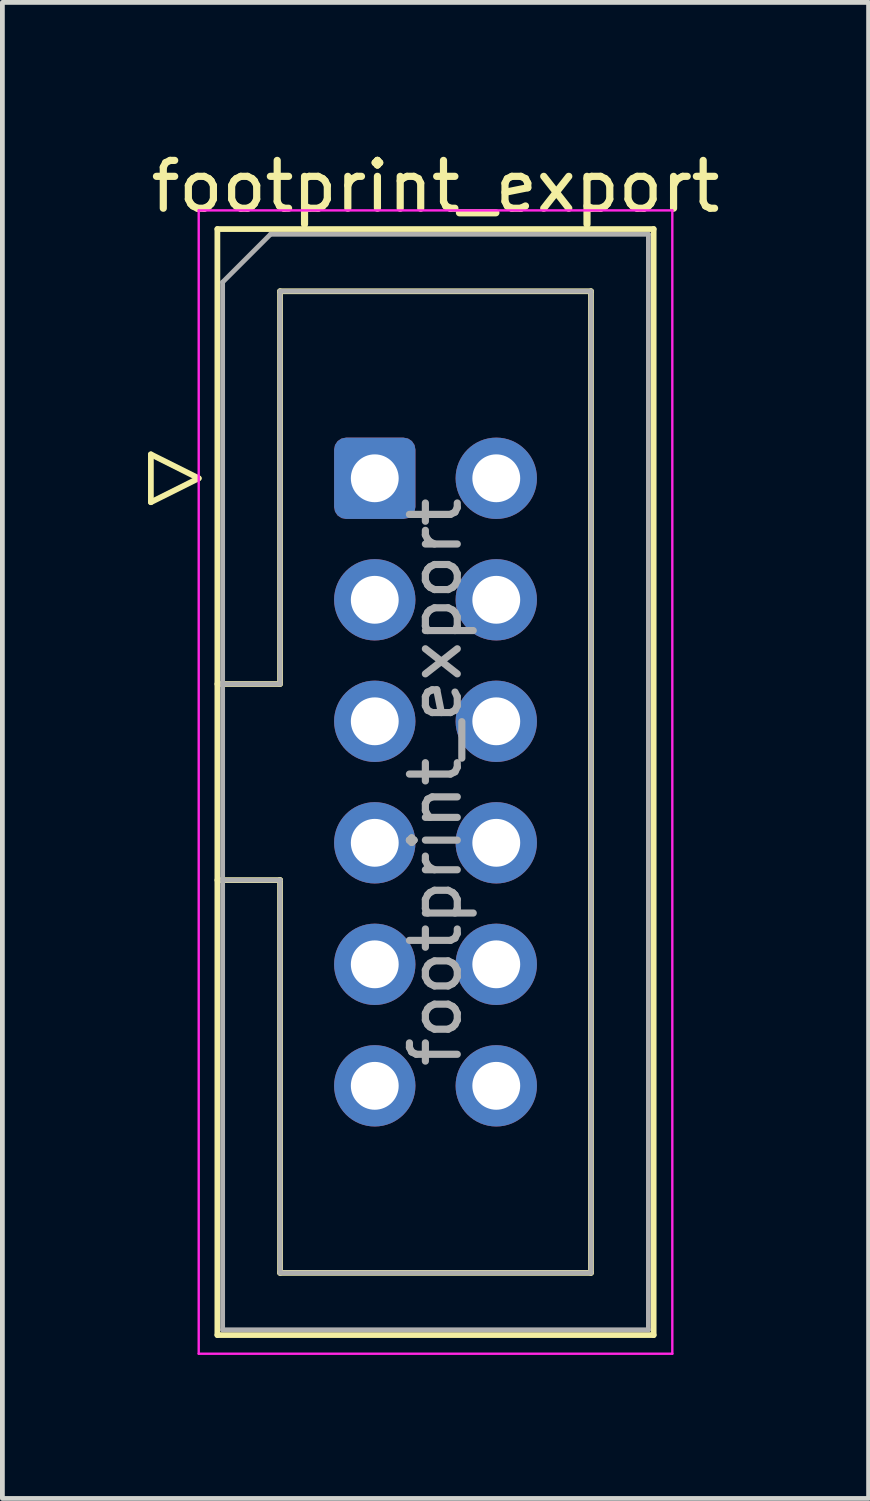
<source format=kicad_pcb>
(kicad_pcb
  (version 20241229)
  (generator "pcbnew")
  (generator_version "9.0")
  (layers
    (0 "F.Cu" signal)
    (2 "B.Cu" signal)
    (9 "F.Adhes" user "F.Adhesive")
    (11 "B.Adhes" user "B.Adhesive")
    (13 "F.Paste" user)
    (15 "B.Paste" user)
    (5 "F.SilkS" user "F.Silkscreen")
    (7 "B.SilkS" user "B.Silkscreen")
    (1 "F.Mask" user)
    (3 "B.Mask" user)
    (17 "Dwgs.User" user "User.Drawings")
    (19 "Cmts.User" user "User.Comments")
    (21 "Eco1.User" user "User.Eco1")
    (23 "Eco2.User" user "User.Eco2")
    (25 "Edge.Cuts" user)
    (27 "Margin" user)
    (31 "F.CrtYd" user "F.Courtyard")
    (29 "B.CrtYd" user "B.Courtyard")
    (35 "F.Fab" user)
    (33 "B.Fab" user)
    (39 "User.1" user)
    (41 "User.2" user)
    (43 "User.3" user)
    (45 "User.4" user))
  (footprint "footprint_export"
    (layer "F.Cu")
    (at 4.784 6.948)
    (property "Reference" "footprint_export" (at 1.27 -6.1 0) (layer "F.SilkS") (effects (font (size 1 1) (thickness 0.15))))
    (attr through_hole)
    (fp_line (start -4.68 -0.5) (end -4.68 0.5) (stroke (width 0.12) (type solid)) (layer "F.SilkS"))
    (fp_line (start -4.68 0.5) (end -3.68 0) (stroke (width 0.12) (type solid)) (layer "F.SilkS"))
    (fp_line (start -3.68 0) (end -4.68 -0.5) (stroke (width 0.12) (type solid)) (layer "F.SilkS"))
    (fp_line (start -3.29 -5.21) (end 5.83 -5.21) (stroke (width 0.12) (type solid)) (layer "F.SilkS"))
    (fp_line (start -3.29 4.3) (end -1.98 4.3) (stroke (width 0.12) (type solid)) (layer "F.SilkS"))
    (fp_line (start -3.29 17.91) (end -3.29 -5.21) (stroke (width 0.12) (type solid)) (layer "F.SilkS"))
    (fp_line (start -1.98 -3.91) (end 4.52 -3.91) (stroke (width 0.12) (type solid)) (layer "F.SilkS"))
    (fp_line (start -1.98 4.3) (end -1.98 -3.91) (stroke (width 0.12) (type solid)) (layer "F.SilkS"))
    (fp_line (start -1.98 8.4) (end -3.29 8.4) (stroke (width 0.12) (type solid)) (layer "F.SilkS"))
    (fp_line (start -1.98 8.4) (end -1.98 8.4) (stroke (width 0.12) (type solid)) (layer "F.SilkS"))
    (fp_line (start -1.98 16.61) (end -1.98 8.4) (stroke (width 0.12) (type solid)) (layer "F.SilkS"))
    (fp_line (start 4.52 -3.91) (end 4.52 16.61) (stroke (width 0.12) (type solid)) (layer "F.SilkS"))
    (fp_line (start 4.52 16.61) (end -1.98 16.61) (stroke (width 0.12) (type solid)) (layer "F.SilkS"))
    (fp_line (start 5.83 -5.21) (end 5.83 17.91) (stroke (width 0.12) (type solid)) (layer "F.SilkS"))
    (fp_line (start 5.83 17.91) (end -3.29 17.91) (stroke (width 0.12) (type solid)) (layer "F.SilkS"))
    (fp_line (start -3.68 -5.6) (end -3.68 18.3) (stroke (width 0.05) (type solid)) (layer "F.CrtYd"))
    (fp_line (start -3.68 18.3) (end 6.22 18.3) (stroke (width 0.05) (type solid)) (layer "F.CrtYd"))
    (fp_line (start 6.22 -5.6) (end -3.68 -5.6) (stroke (width 0.05) (type solid)) (layer "F.CrtYd"))
    (fp_line (start 6.22 18.3) (end 6.22 -5.6) (stroke (width 0.05) (type solid)) (layer "F.CrtYd"))
    (fp_line (start -3.18 -4.1) (end -2.18 -5.1) (stroke (width 0.1) (type solid)) (layer "F.Fab"))
    (fp_line (start -3.18 4.3) (end -1.98 4.3) (stroke (width 0.1) (type solid)) (layer "F.Fab"))
    (fp_line (start -3.18 17.8) (end -3.18 -4.1) (stroke (width 0.1) (type solid)) (layer "F.Fab"))
    (fp_line (start -2.18 -5.1) (end 5.72 -5.1) (stroke (width 0.1) (type solid)) (layer "F.Fab"))
    (fp_line (start -1.98 -3.91) (end 4.52 -3.91) (stroke (width 0.1) (type solid)) (layer "F.Fab"))
    (fp_line (start -1.98 4.3) (end -1.98 -3.91) (stroke (width 0.1) (type solid)) (layer "F.Fab"))
    (fp_line (start -1.98 8.4) (end -3.18 8.4) (stroke (width 0.1) (type solid)) (layer "F.Fab"))
    (fp_line (start -1.98 8.4) (end -1.98 8.4) (stroke (width 0.1) (type solid)) (layer "F.Fab"))
    (fp_line (start -1.98 16.61) (end -1.98 8.4) (stroke (width 0.1) (type solid)) (layer "F.Fab"))
    (fp_line (start 4.52 -3.91) (end 4.52 16.61) (stroke (width 0.1) (type solid)) (layer "F.Fab"))
    (fp_line (start 4.52 16.61) (end -1.98 16.61) (stroke (width 0.1) (type solid)) (layer "F.Fab"))
    (fp_line (start 5.72 -5.1) (end 5.72 17.8) (stroke (width 0.1) (type solid)) (layer "F.Fab"))
    (fp_line (start 5.72 17.8) (end -3.18 17.8) (stroke (width 0.1) (type solid)) (layer "F.Fab"))
    (fp_text user "${REFERENCE}" (at 1.27 6.35 90) (layer "F.Fab") (effects (font (size 1 1) (thickness 0.15))))
    (pad "1" thru_hole roundrect (at 0 0) (size 1.7 1.7) (drill 1) (layers "*.Cu" "*.Mask") (roundrect_rratio 0.147))
    (pad "2" thru_hole circle (at 2.54 0) (size 1.7 1.7) (drill 1) (layers "*.Cu" "*.Mask"))
    (pad "3" thru_hole circle (at 0 2.54) (size 1.7 1.7) (drill 1) (layers "*.Cu" "*.Mask"))
    (pad "4" thru_hole circle (at 2.54 2.54) (size 1.7 1.7) (drill 1) (layers "*.Cu" "*.Mask"))
    (pad "5" thru_hole circle (at 0 5.08) (size 1.7 1.7) (drill 1) (layers "*.Cu" "*.Mask"))
    (pad "6" thru_hole circle (at 2.54 5.08) (size 1.7 1.7) (drill 1) (layers "*.Cu" "*.Mask"))
    (pad "7" thru_hole circle (at 0 7.62) (size 1.7 1.7) (drill 1) (layers "*.Cu" "*.Mask"))
    (pad "8" thru_hole circle (at 2.54 7.62) (size 1.7 1.7) (drill 1) (layers "*.Cu" "*.Mask"))
    (pad "9" thru_hole circle (at 0 10.16) (size 1.7 1.7) (drill 1) (layers "*.Cu" "*.Mask"))
    (pad "10" thru_hole circle (at 2.54 10.16) (size 1.7 1.7) (drill 1) (layers "*.Cu" "*.Mask"))
    (pad "11" thru_hole circle (at 0 12.7) (size 1.7 1.7) (drill 1) (layers "*.Cu" "*.Mask"))
    (pad "12" thru_hole circle (at 2.54 12.7) (size 1.7 1.7) (drill 1) (layers "*.Cu" "*.Mask")))
  (gr_rect
    (start -3 -3)
    (end 15.107 28.273)
    (stroke (width 0.1) (type default))
    (fill no)
    (layer "Edge.Cuts")))
</source>
